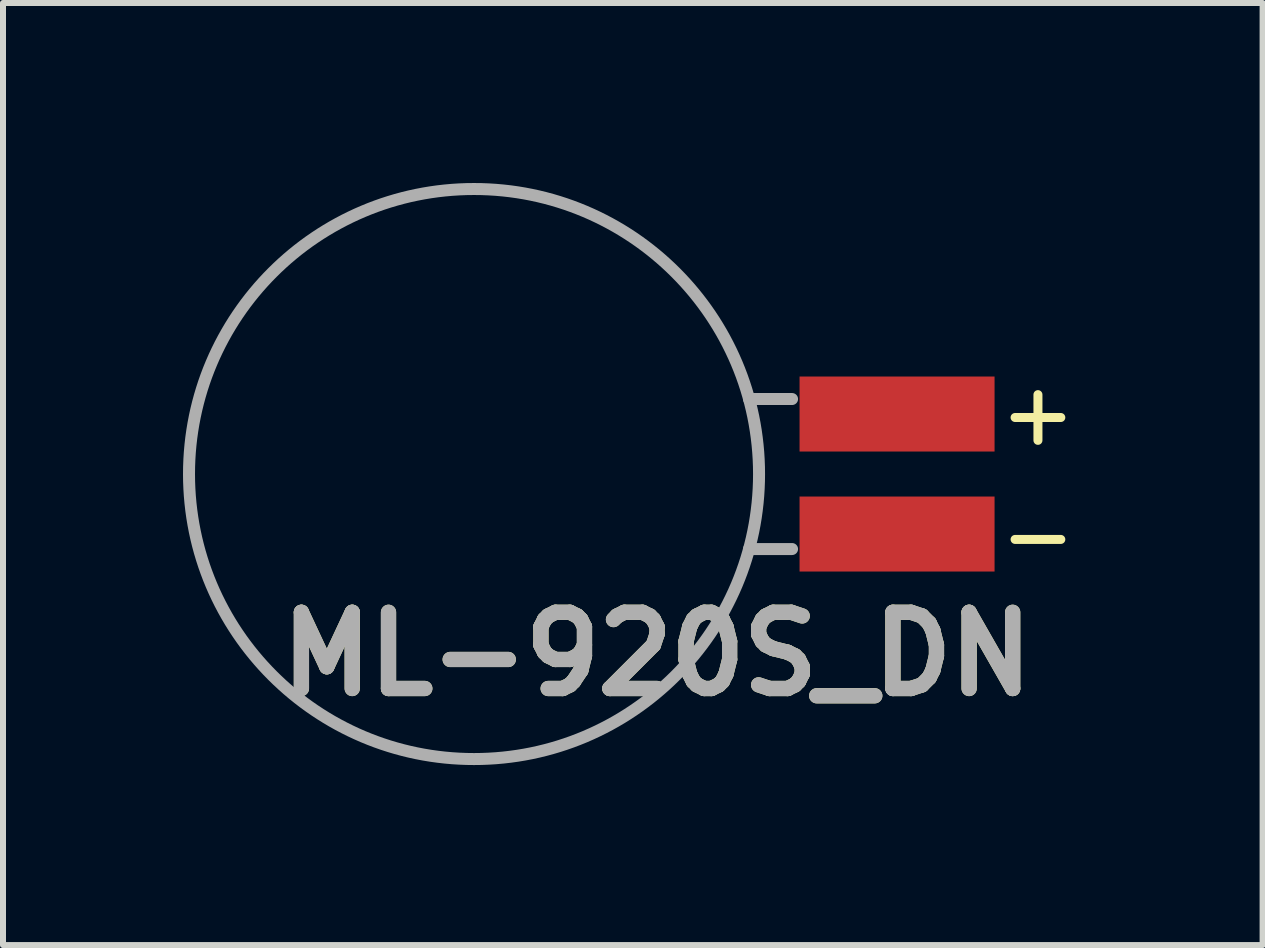
<source format=kicad_pcb>
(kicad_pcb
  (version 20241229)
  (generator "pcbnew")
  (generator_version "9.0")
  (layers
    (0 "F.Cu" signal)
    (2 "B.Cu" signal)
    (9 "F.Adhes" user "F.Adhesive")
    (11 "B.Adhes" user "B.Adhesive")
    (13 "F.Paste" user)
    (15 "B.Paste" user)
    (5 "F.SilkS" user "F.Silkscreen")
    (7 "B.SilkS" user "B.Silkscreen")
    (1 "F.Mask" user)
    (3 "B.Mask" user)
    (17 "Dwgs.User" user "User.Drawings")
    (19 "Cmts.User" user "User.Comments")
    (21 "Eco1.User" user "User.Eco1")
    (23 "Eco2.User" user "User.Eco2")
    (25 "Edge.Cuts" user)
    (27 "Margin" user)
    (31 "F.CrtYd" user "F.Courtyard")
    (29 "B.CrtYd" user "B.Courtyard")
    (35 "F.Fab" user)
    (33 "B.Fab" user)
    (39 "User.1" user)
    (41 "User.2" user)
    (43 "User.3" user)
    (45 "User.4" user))
  (footprint "ML-920S_DN"
    (layer "F.Cu")
    (at 4.85 4.85)
    (property "Reference" "ML-920S_DN" (at 3.05 3 0) (layer "F.SilkS") (effects (font (size 1.27 1.27) (thickness 0.254))))
    (attr smd)
    (fp_line (start 4.583 -1.25) (end 5.2 -1.25) (stroke (width 0.1) (type solid)) (layer "F.SilkS"))
    (fp_line (start 4.583 1.25) (end 5.2 1.25) (stroke (width 0.1) (type solid)) (layer "F.SilkS"))
    (fp_circle (center 0 0) (end 0 4.75) (stroke (width 0.1) (type solid)) (fill no) (layer "F.SilkS"))
    (fp_line (start 4.583 -1.25) (end 5.3 -1.25) (stroke (width 0.2) (type solid)) (layer "F.Fab"))
    (fp_line (start 4.583 1.25) (end 5.3 1.25) (stroke (width 0.2) (type solid)) (layer "F.Fab"))
    (fp_circle (center 0 0) (end 0 4.75) (stroke (width 0.2) (type solid)) (fill no) (layer "F.Fab"))
    (fp_text user "+" (at 9.398 -1.016 0) (layer "F.SilkS") (effects (font (size 1 1) (thickness 0.15))))
    (fp_text user "-" (at 9.398 1.016 0) (layer "F.SilkS") (effects (font (size 1 1) (thickness 0.15))))
    (fp_text user "${REFERENCE}" (at 3.05 3 0) (layer "F.Fab") (effects (font (size 1.27 1.27) (thickness 0.254))))
    (pad "1" smd rect (at 7.05 -1 90) (size 1.25 3.25) (layers "F.Cu" "F.Mask" "F.Paste"))
    (pad "2" smd rect (at 7.05 1 90) (size 1.25 3.25) (layers "F.Cu" "F.Mask" "F.Paste")))
  (gr_rect
    (start -3 -3)
    (end 17.992 12.7)
    (stroke (width 0.1) (type default))
    (fill no)
    (layer "Edge.Cuts")))
</source>
